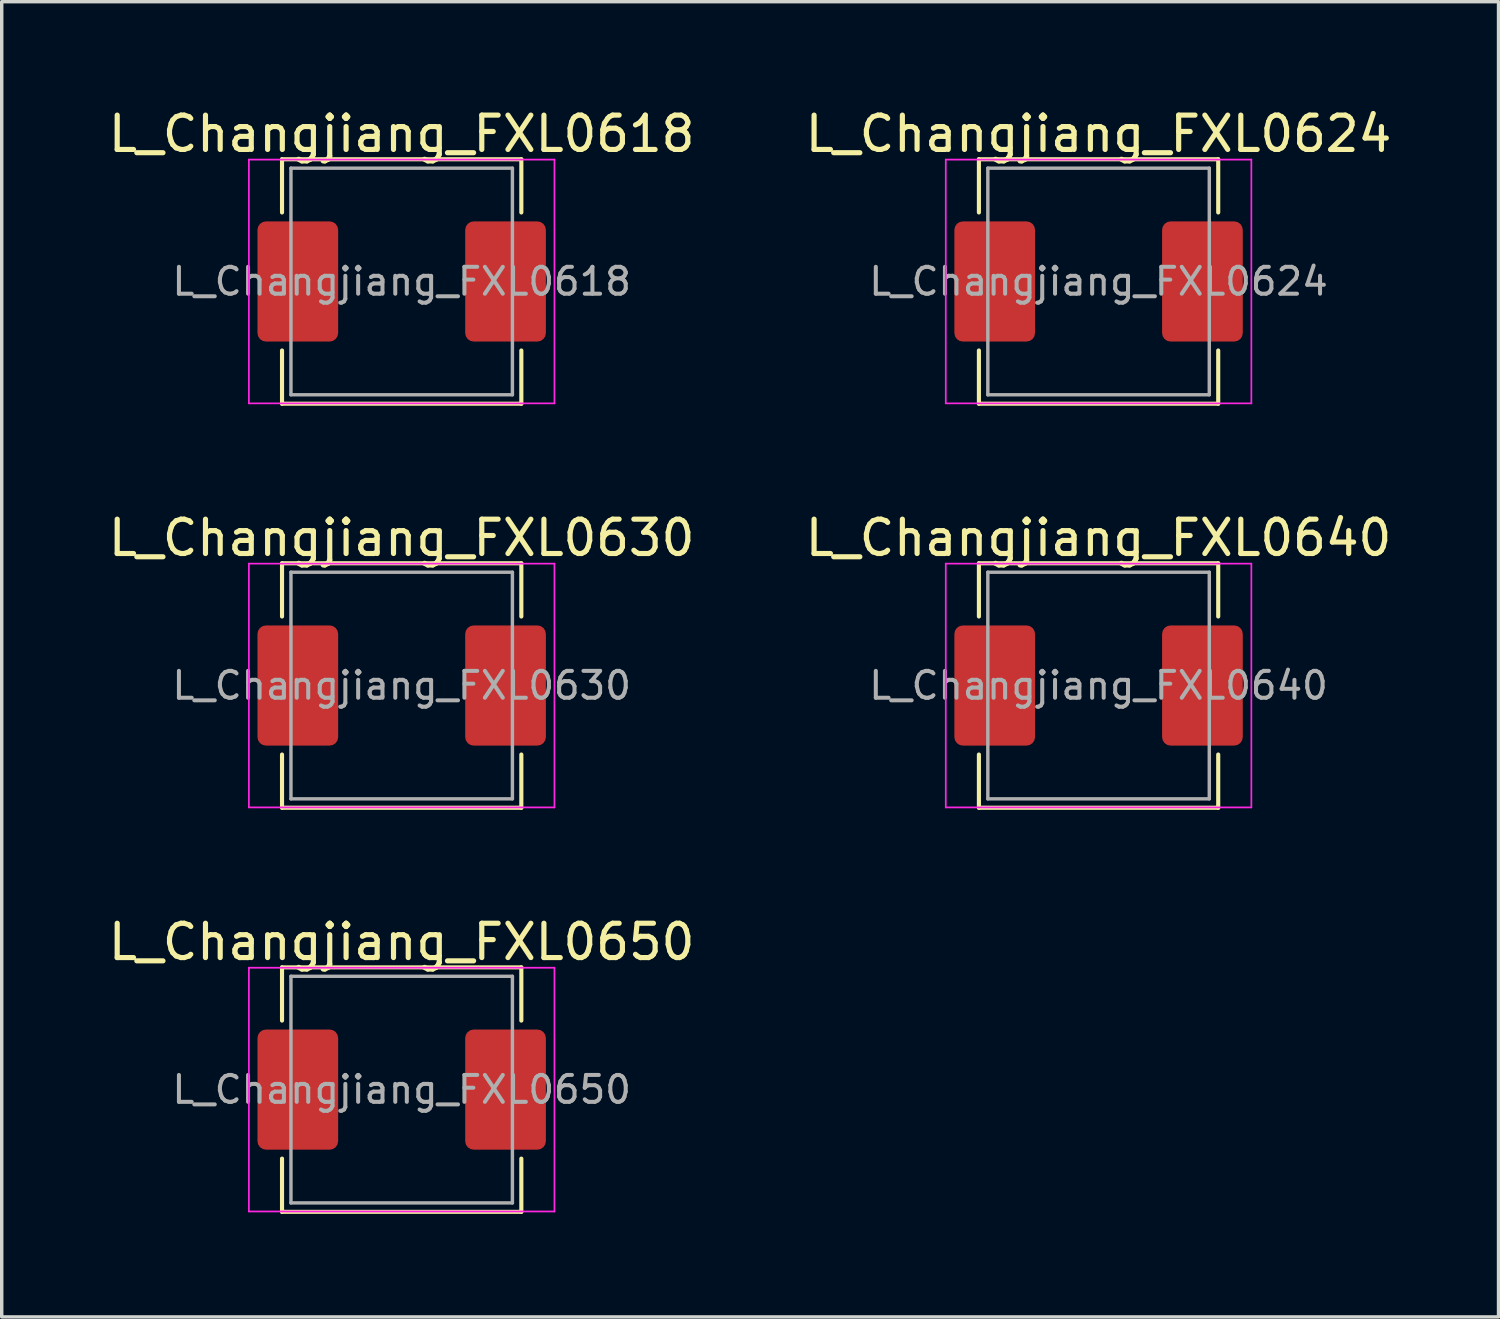
<source format=kicad_pcb>
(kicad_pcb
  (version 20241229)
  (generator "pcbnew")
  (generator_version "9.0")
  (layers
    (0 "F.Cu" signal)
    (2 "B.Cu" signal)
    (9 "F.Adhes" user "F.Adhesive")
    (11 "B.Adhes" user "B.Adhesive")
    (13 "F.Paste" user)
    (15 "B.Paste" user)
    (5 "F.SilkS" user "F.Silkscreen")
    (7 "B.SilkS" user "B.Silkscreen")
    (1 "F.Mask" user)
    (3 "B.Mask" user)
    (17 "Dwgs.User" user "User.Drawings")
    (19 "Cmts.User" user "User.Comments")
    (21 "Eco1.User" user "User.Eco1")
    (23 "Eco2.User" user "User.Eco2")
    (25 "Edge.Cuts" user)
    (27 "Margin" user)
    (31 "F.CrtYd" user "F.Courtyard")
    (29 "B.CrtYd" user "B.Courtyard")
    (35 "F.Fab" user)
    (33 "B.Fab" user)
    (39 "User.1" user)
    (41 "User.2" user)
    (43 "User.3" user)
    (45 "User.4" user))
  (footprint "L_Changjiang_FXL0640"
    (layer "F.Cu")
    (at 28.946 16.916)
    (property "Reference" "L_Changjiang_FXL0640" (at 0 -4.3 0) (layer "F.SilkS") (effects (font (size 1 1) (thickness 0.15))))
    (attr smd)
    (fp_line (start -3.485 -3.56) (end -3.485 -2.01) (stroke (width 0.12) (type solid)) (layer "F.SilkS"))
    (fp_line (start -3.485 -3.56) (end 3.485 -3.56) (stroke (width 0.12) (type solid)) (layer "F.SilkS"))
    (fp_line (start -3.485 3.56) (end -3.485 2.01) (stroke (width 0.12) (type solid)) (layer "F.SilkS"))
    (fp_line (start -3.485 3.56) (end 3.485 3.56) (stroke (width 0.12) (type solid)) (layer "F.SilkS"))
    (fp_line (start 3.485 -3.56) (end 3.485 -2.01) (stroke (width 0.12) (type solid)) (layer "F.SilkS"))
    (fp_line (start 3.485 3.56) (end 3.485 2.01) (stroke (width 0.12) (type solid)) (layer "F.SilkS"))
    (fp_line (start -4.45 -3.55) (end -4.45 3.55) (stroke (width 0.05) (type solid)) (layer "F.CrtYd"))
    (fp_line (start -4.45 3.55) (end 4.45 3.55) (stroke (width 0.05) (type solid)) (layer "F.CrtYd"))
    (fp_line (start 4.45 -3.55) (end -4.45 -3.55) (stroke (width 0.05) (type solid)) (layer "F.CrtYd"))
    (fp_line (start 4.45 3.55) (end 4.45 -3.55) (stroke (width 0.05) (type solid)) (layer "F.CrtYd"))
    (fp_line (start -3.225 -3.3) (end -3.225 3.3) (stroke (width 0.1) (type solid)) (layer "F.Fab"))
    (fp_line (start -3.225 3.3) (end 3.225 3.3) (stroke (width 0.1) (type solid)) (layer "F.Fab"))
    (fp_line (start 3.225 -3.3) (end -3.225 -3.3) (stroke (width 0.1) (type solid)) (layer "F.Fab"))
    (fp_line (start 3.225 3.3) (end 3.225 -3.3) (stroke (width 0.1) (type solid)) (layer "F.Fab"))
    (fp_text user "${REFERENCE}" (at 0 0 0) (layer "F.Fab") (effects (font (size 0.783 0.783) (thickness 0.117))))
    (pad "1" smd roundrect (at -3.025 0) (size 2.35 3.5) (layers "F.Cu" "F.Mask" "F.Paste") (roundrect_rratio 0.106))
    (pad "2" smd roundrect (at 3.025 0) (size 2.35 3.5) (layers "F.Cu" "F.Mask" "F.Paste") (roundrect_rratio 0.106)))
  (footprint "L_Changjiang_FXL0650"
    (layer "F.Cu")
    (at 8.649 28.685)
    (property "Reference" "L_Changjiang_FXL0650" (at 0 -4.3 0) (layer "F.SilkS") (effects (font (size 1 1) (thickness 0.15))))
    (attr smd)
    (fp_line (start -3.485 -3.56) (end -3.485 -2.01) (stroke (width 0.12) (type solid)) (layer "F.SilkS"))
    (fp_line (start -3.485 -3.56) (end 3.485 -3.56) (stroke (width 0.12) (type solid)) (layer "F.SilkS"))
    (fp_line (start -3.485 3.56) (end -3.485 2.01) (stroke (width 0.12) (type solid)) (layer "F.SilkS"))
    (fp_line (start -3.485 3.56) (end 3.485 3.56) (stroke (width 0.12) (type solid)) (layer "F.SilkS"))
    (fp_line (start 3.485 -3.56) (end 3.485 -2.01) (stroke (width 0.12) (type solid)) (layer "F.SilkS"))
    (fp_line (start 3.485 3.56) (end 3.485 2.01) (stroke (width 0.12) (type solid)) (layer "F.SilkS"))
    (fp_line (start -4.45 -3.55) (end -4.45 3.55) (stroke (width 0.05) (type solid)) (layer "F.CrtYd"))
    (fp_line (start -4.45 3.55) (end 4.45 3.55) (stroke (width 0.05) (type solid)) (layer "F.CrtYd"))
    (fp_line (start 4.45 -3.55) (end -4.45 -3.55) (stroke (width 0.05) (type solid)) (layer "F.CrtYd"))
    (fp_line (start 4.45 3.55) (end 4.45 -3.55) (stroke (width 0.05) (type solid)) (layer "F.CrtYd"))
    (fp_line (start -3.225 -3.3) (end -3.225 3.3) (stroke (width 0.1) (type solid)) (layer "F.Fab"))
    (fp_line (start -3.225 3.3) (end 3.225 3.3) (stroke (width 0.1) (type solid)) (layer "F.Fab"))
    (fp_line (start 3.225 -3.3) (end -3.225 -3.3) (stroke (width 0.1) (type solid)) (layer "F.Fab"))
    (fp_line (start 3.225 3.3) (end 3.225 -3.3) (stroke (width 0.1) (type solid)) (layer "F.Fab"))
    (fp_text user "${REFERENCE}" (at 0 0 0) (layer "F.Fab") (effects (font (size 0.783 0.783) (thickness 0.117))))
    (pad "1" smd roundrect (at -3.025 0) (size 2.35 3.5) (layers "F.Cu" "F.Mask" "F.Paste") (roundrect_rratio 0.106))
    (pad "2" smd roundrect (at 3.025 0) (size 2.35 3.5) (layers "F.Cu" "F.Mask" "F.Paste") (roundrect_rratio 0.106)))
  (footprint "L_Changjiang_FXL0624"
    (layer "F.Cu")
    (at 28.946 5.148)
    (property "Reference" "L_Changjiang_FXL0624" (at 0 -4.3 0) (layer "F.SilkS") (effects (font (size 1 1) (thickness 0.15))))
    (attr smd)
    (fp_line (start -3.485 -3.56) (end -3.485 -2.01) (stroke (width 0.12) (type solid)) (layer "F.SilkS"))
    (fp_line (start -3.485 -3.56) (end 3.485 -3.56) (stroke (width 0.12) (type solid)) (layer "F.SilkS"))
    (fp_line (start -3.485 3.56) (end -3.485 2.01) (stroke (width 0.12) (type solid)) (layer "F.SilkS"))
    (fp_line (start -3.485 3.56) (end 3.485 3.56) (stroke (width 0.12) (type solid)) (layer "F.SilkS"))
    (fp_line (start 3.485 -3.56) (end 3.485 -2.01) (stroke (width 0.12) (type solid)) (layer "F.SilkS"))
    (fp_line (start 3.485 3.56) (end 3.485 2.01) (stroke (width 0.12) (type solid)) (layer "F.SilkS"))
    (fp_line (start -4.45 -3.55) (end -4.45 3.55) (stroke (width 0.05) (type solid)) (layer "F.CrtYd"))
    (fp_line (start -4.45 3.55) (end 4.45 3.55) (stroke (width 0.05) (type solid)) (layer "F.CrtYd"))
    (fp_line (start 4.45 -3.55) (end -4.45 -3.55) (stroke (width 0.05) (type solid)) (layer "F.CrtYd"))
    (fp_line (start 4.45 3.55) (end 4.45 -3.55) (stroke (width 0.05) (type solid)) (layer "F.CrtYd"))
    (fp_line (start -3.225 -3.3) (end -3.225 3.3) (stroke (width 0.1) (type solid)) (layer "F.Fab"))
    (fp_line (start -3.225 3.3) (end 3.225 3.3) (stroke (width 0.1) (type solid)) (layer "F.Fab"))
    (fp_line (start 3.225 -3.3) (end -3.225 -3.3) (stroke (width 0.1) (type solid)) (layer "F.Fab"))
    (fp_line (start 3.225 3.3) (end 3.225 -3.3) (stroke (width 0.1) (type solid)) (layer "F.Fab"))
    (fp_text user "${REFERENCE}" (at 0 0 0) (layer "F.Fab") (effects (font (size 0.783 0.783) (thickness 0.117))))
    (pad "1" smd roundrect (at -3.025 0) (size 2.35 3.5) (layers "F.Cu" "F.Mask" "F.Paste") (roundrect_rratio 0.106))
    (pad "2" smd roundrect (at 3.025 0) (size 2.35 3.5) (layers "F.Cu" "F.Mask" "F.Paste") (roundrect_rratio 0.106)))
  (footprint "L_Changjiang_FXL0630"
    (layer "F.Cu")
    (at 8.649 16.916)
    (property "Reference" "L_Changjiang_FXL0630" (at 0 -4.3 0) (layer "F.SilkS") (effects (font (size 1 1) (thickness 0.15))))
    (attr smd)
    (fp_line (start -3.485 -3.56) (end -3.485 -2.01) (stroke (width 0.12) (type solid)) (layer "F.SilkS"))
    (fp_line (start -3.485 -3.56) (end 3.485 -3.56) (stroke (width 0.12) (type solid)) (layer "F.SilkS"))
    (fp_line (start -3.485 3.56) (end -3.485 2.01) (stroke (width 0.12) (type solid)) (layer "F.SilkS"))
    (fp_line (start -3.485 3.56) (end 3.485 3.56) (stroke (width 0.12) (type solid)) (layer "F.SilkS"))
    (fp_line (start 3.485 -3.56) (end 3.485 -2.01) (stroke (width 0.12) (type solid)) (layer "F.SilkS"))
    (fp_line (start 3.485 3.56) (end 3.485 2.01) (stroke (width 0.12) (type solid)) (layer "F.SilkS"))
    (fp_line (start -4.45 -3.55) (end -4.45 3.55) (stroke (width 0.05) (type solid)) (layer "F.CrtYd"))
    (fp_line (start -4.45 3.55) (end 4.45 3.55) (stroke (width 0.05) (type solid)) (layer "F.CrtYd"))
    (fp_line (start 4.45 -3.55) (end -4.45 -3.55) (stroke (width 0.05) (type solid)) (layer "F.CrtYd"))
    (fp_line (start 4.45 3.55) (end 4.45 -3.55) (stroke (width 0.05) (type solid)) (layer "F.CrtYd"))
    (fp_line (start -3.225 -3.3) (end -3.225 3.3) (stroke (width 0.1) (type solid)) (layer "F.Fab"))
    (fp_line (start -3.225 3.3) (end 3.225 3.3) (stroke (width 0.1) (type solid)) (layer "F.Fab"))
    (fp_line (start 3.225 -3.3) (end -3.225 -3.3) (stroke (width 0.1) (type solid)) (layer "F.Fab"))
    (fp_line (start 3.225 3.3) (end 3.225 -3.3) (stroke (width 0.1) (type solid)) (layer "F.Fab"))
    (fp_text user "${REFERENCE}" (at 0 0 0) (layer "F.Fab") (effects (font (size 0.783 0.783) (thickness 0.117))))
    (pad "1" smd roundrect (at -3.025 0) (size 2.35 3.5) (layers "F.Cu" "F.Mask" "F.Paste") (roundrect_rratio 0.106))
    (pad "2" smd roundrect (at 3.025 0) (size 2.35 3.5) (layers "F.Cu" "F.Mask" "F.Paste") (roundrect_rratio 0.106)))
  (footprint "L_Changjiang_FXL0618"
    (layer "F.Cu")
    (at 8.649 5.148)
    (property "Reference" "L_Changjiang_FXL0618" (at 0 -4.3 0) (layer "F.SilkS") (effects (font (size 1 1) (thickness 0.15))))
    (attr smd)
    (fp_line (start -3.485 -3.56) (end -3.485 -2.01) (stroke (width 0.12) (type solid)) (layer "F.SilkS"))
    (fp_line (start -3.485 -3.56) (end 3.485 -3.56) (stroke (width 0.12) (type solid)) (layer "F.SilkS"))
    (fp_line (start -3.485 3.56) (end -3.485 2.01) (stroke (width 0.12) (type solid)) (layer "F.SilkS"))
    (fp_line (start -3.485 3.56) (end 3.485 3.56) (stroke (width 0.12) (type solid)) (layer "F.SilkS"))
    (fp_line (start 3.485 -3.56) (end 3.485 -2.01) (stroke (width 0.12) (type solid)) (layer "F.SilkS"))
    (fp_line (start 3.485 3.56) (end 3.485 2.01) (stroke (width 0.12) (type solid)) (layer "F.SilkS"))
    (fp_line (start -4.45 -3.55) (end -4.45 3.55) (stroke (width 0.05) (type solid)) (layer "F.CrtYd"))
    (fp_line (start -4.45 3.55) (end 4.45 3.55) (stroke (width 0.05) (type solid)) (layer "F.CrtYd"))
    (fp_line (start 4.45 -3.55) (end -4.45 -3.55) (stroke (width 0.05) (type solid)) (layer "F.CrtYd"))
    (fp_line (start 4.45 3.55) (end 4.45 -3.55) (stroke (width 0.05) (type solid)) (layer "F.CrtYd"))
    (fp_line (start -3.225 -3.3) (end -3.225 3.3) (stroke (width 0.1) (type solid)) (layer "F.Fab"))
    (fp_line (start -3.225 3.3) (end 3.225 3.3) (stroke (width 0.1) (type solid)) (layer "F.Fab"))
    (fp_line (start 3.225 -3.3) (end -3.225 -3.3) (stroke (width 0.1) (type solid)) (layer "F.Fab"))
    (fp_line (start 3.225 3.3) (end 3.225 -3.3) (stroke (width 0.1) (type solid)) (layer "F.Fab"))
    (fp_text user "${REFERENCE}" (at 0 0 0) (layer "F.Fab") (effects (font (size 0.783 0.783) (thickness 0.117))))
    (pad "1" smd roundrect (at -3.025 0) (size 2.35 3.5) (layers "F.Cu" "F.Mask" "F.Paste") (roundrect_rratio 0.106))
    (pad "2" smd roundrect (at 3.025 0) (size 2.35 3.5) (layers "F.Cu" "F.Mask" "F.Paste") (roundrect_rratio 0.106)))
  (gr_rect
    (start -3 -3)
    (end 40.595 35.305)
    (stroke (width 0.1) (type default))
    (fill no)
    (layer "Edge.Cuts")))
</source>
